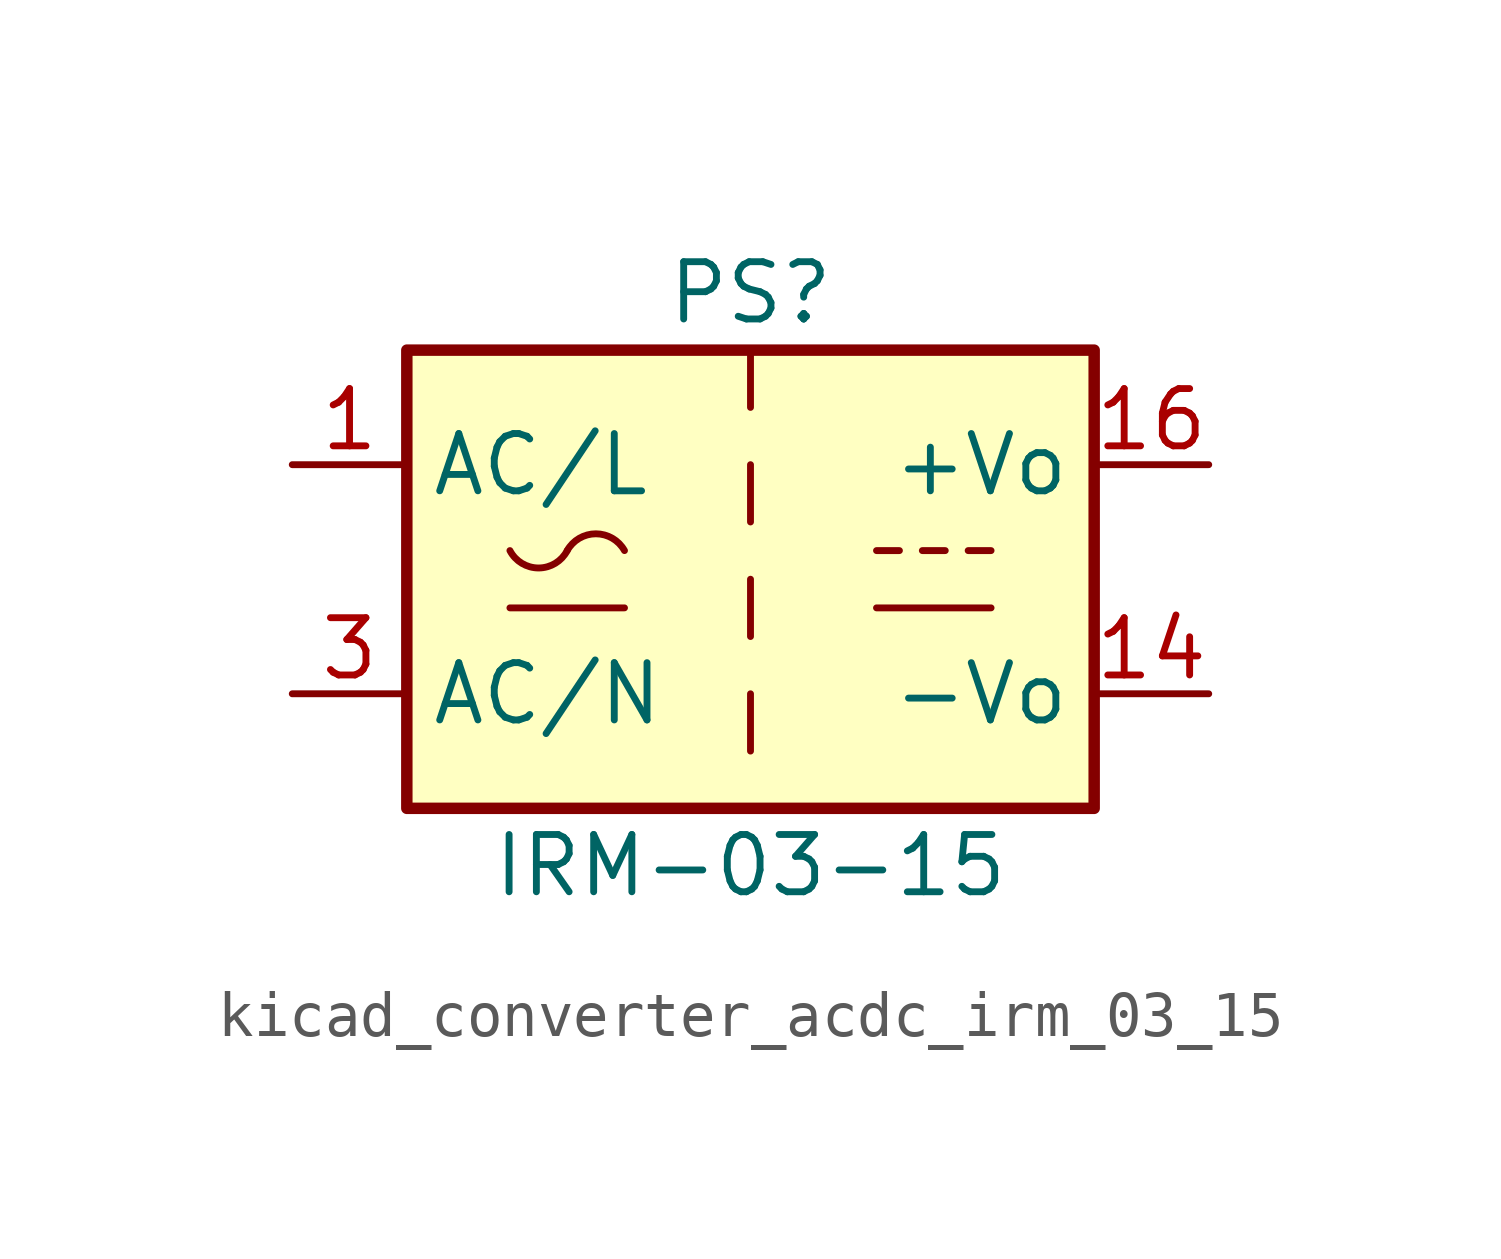
<source format=kicad_sym>
(kicad_symbol_lib
  (version 20220914)
  (generator kicad_symbol_editor)
  (symbol "kicad_converter_acdc_irm_03_15"
    (property "Reference" "PS"
      (at 0 6.35 0)
      (effects (font (size 1.27 1.27))))
    (property "Value" "IRM-03-15"
      (at 0 -6.35 0)
      (effects (font (size 1.27 1.27))))
    (symbol "kicad_converter_acdc_irm_03_15_0_1"
      (rectangle (start -7.62 5.08) (end 7.62 -5.08) (stroke (width 0.254) (type default)) (fill (type background)))
      (arc (start -5.334 0.635) (mid -4.699 0.2495) (end -4.064 0.635) (stroke (width 0) (type default)) (fill (type none)))
      (arc (start -2.794 0.635) (mid -3.429 1.0072) (end -4.064 0.635) (stroke (width 0) (type default)) (fill (type none)))
      (polyline (pts (xy -5.334 -0.635) (xy -2.794 -0.635)) (stroke (width 0) (type default)) (fill (type none)))
      (polyline (pts (xy 0 -2.54) (xy 0 -3.81)) (stroke (width 0) (type default)) (fill (type none)))
      (polyline (pts (xy 0 0) (xy 0 -1.27)) (stroke (width 0) (type default)) (fill (type none)))
      (polyline (pts (xy 0 2.54) (xy 0 1.27)) (stroke (width 0) (type default)) (fill (type none)))
      (polyline (pts (xy 0 5.08) (xy 0 3.81)) (stroke (width 0) (type default)) (fill (type none)))
      (polyline (pts (xy 2.794 -0.635) (xy 5.334 -0.635)) (stroke (width 0) (type default)) (fill (type none)))
      (polyline (pts (xy 2.794 0.635) (xy 3.302 0.635)) (stroke (width 0) (type default)) (fill (type none)))
      (polyline (pts (xy 3.81 0.635) (xy 4.318 0.635)) (stroke (width 0) (type default)) (fill (type none)))
      (polyline (pts (xy 4.826 0.635) (xy 5.334 0.635)) (stroke (width 0) (type default)) (fill (type none))))
    (symbol "kicad_converter_acdc_irm_03_15_1_1"
      (pin power_in line (at -10.16 2.54 0) (length 2.54) (name "AC/L" (effects (font (size 1.27 1.27)))) (number "1" (effects (font (size 1.27 1.27)))))
      (pin power_out line (at 10.16 -2.54 180) (length 2.54) (name "-Vo" (effects (font (size 1.27 1.27)))) (number "14" (effects (font (size 1.27 1.27)))))
      (pin power_out line (at 10.16 2.54 180) (length 2.54) (name "+Vo" (effects (font (size 1.27 1.27)))) (number "16" (effects (font (size 1.27 1.27)))))
      (pin power_in line (at -10.16 -2.54 0) (length 2.54) (name "AC/N" (effects (font (size 1.27 1.27)))) (number "3" (effects (font (size 1.27 1.27)))))
      (pin no_connect line (at -7.62 0 0) (length 2.54) hide (name "NC" (effects (font (size 1.27 1.27)))) (number "5" (effects (font (size 1.27 1.27))))))))
</source>
